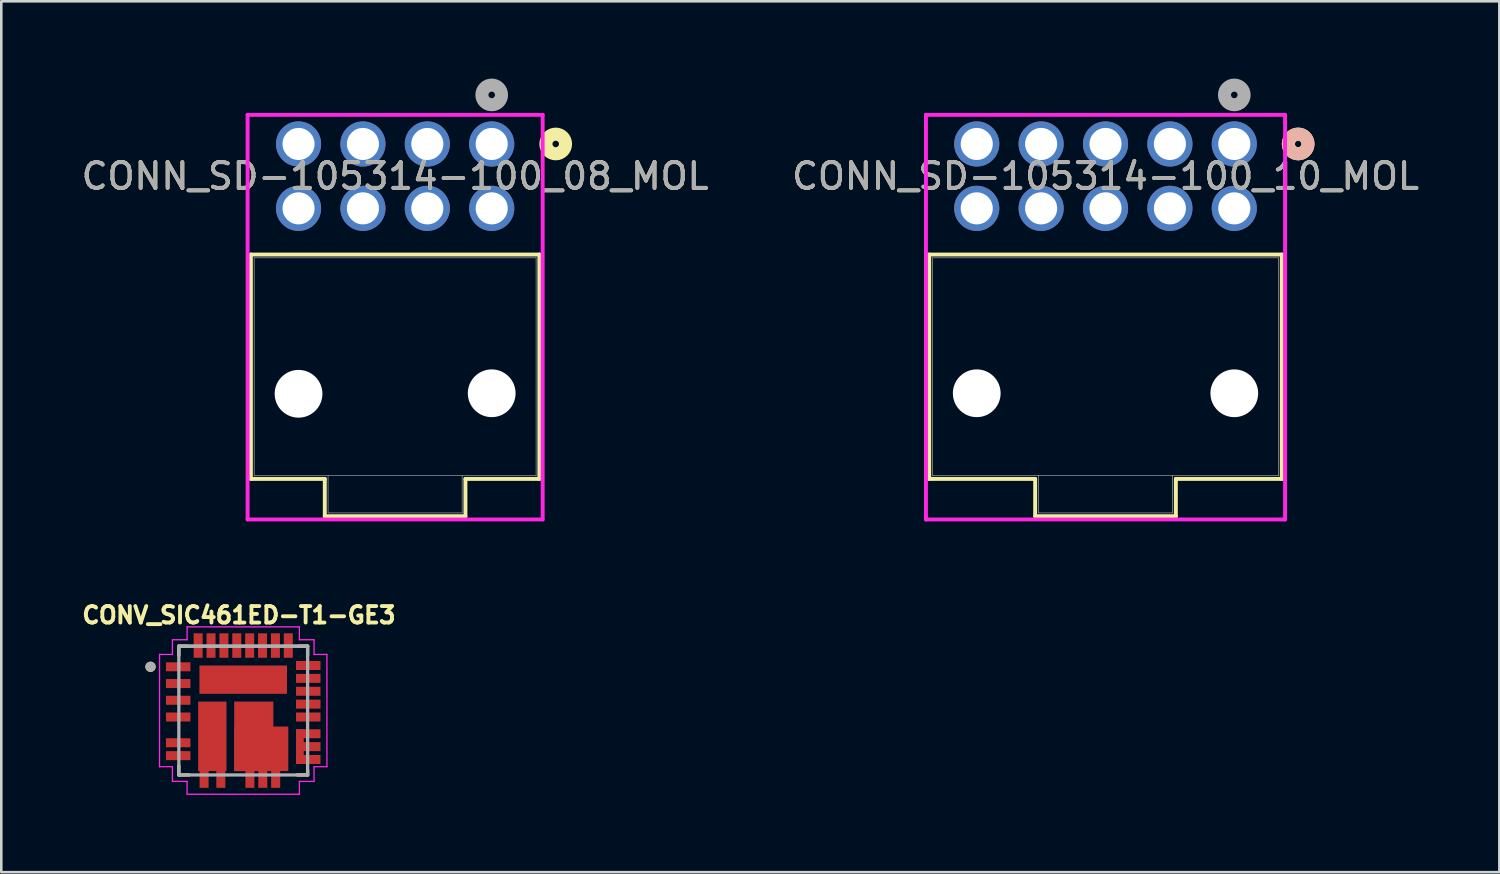
<source format=kicad_pcb>
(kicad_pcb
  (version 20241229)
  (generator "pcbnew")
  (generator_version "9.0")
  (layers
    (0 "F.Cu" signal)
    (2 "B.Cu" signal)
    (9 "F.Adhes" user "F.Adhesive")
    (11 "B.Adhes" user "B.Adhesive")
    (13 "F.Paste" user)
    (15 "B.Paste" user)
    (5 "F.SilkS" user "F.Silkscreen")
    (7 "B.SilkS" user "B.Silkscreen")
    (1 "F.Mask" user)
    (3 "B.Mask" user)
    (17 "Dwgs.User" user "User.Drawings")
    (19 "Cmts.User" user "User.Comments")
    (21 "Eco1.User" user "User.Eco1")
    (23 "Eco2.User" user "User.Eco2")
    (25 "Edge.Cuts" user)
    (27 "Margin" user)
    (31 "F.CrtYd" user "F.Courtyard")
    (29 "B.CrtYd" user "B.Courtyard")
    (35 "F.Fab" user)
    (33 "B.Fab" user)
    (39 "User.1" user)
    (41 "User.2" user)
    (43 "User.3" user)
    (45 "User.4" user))
  (footprint "CONV_SIC461ED-T1-GE3"
    (layer "F.Cu")
    (at 6.394 24.54)
    (property "Reference" "CONV_SIC461ED-T1-GE3" (at -0.168 -3.706 0) (layer "F.SilkS") (effects (font (size 0.64 0.64) (thickness 0.15))))
    (attr smd)
    (fp_line (start -2.5 -2.5) (end -2.15 -2.5) (stroke (width 0.127) (type solid)) (layer "F.SilkS"))
    (fp_line (start -2.5 -2.15) (end -2.5 -2.5) (stroke (width 0.127) (type solid)) (layer "F.SilkS"))
    (fp_line (start -2.5 2.5) (end -2.5 2.15) (stroke (width 0.127) (type solid)) (layer "F.SilkS"))
    (fp_line (start -2.1 2.5) (end -2.5 2.5) (stroke (width 0.127) (type solid)) (layer "F.SilkS"))
    (fp_line (start 2.15 -2.5) (end 2.5 -2.5) (stroke (width 0.127) (type solid)) (layer "F.SilkS"))
    (fp_line (start 2.5 -2.5) (end 2.5 -2.15) (stroke (width 0.127) (type solid)) (layer "F.SilkS"))
    (fp_line (start 2.5 2.3) (end 2.5 2.5) (stroke (width 0.127) (type solid)) (layer "F.SilkS"))
    (fp_line (start 2.5 2.5) (end 2.1 2.5) (stroke (width 0.127) (type solid)) (layer "F.SilkS"))
    (fp_circle (center -3.6 -1.7) (end -3.5 -1.7) (stroke (width 0.2) (type solid)) (fill no) (layer "F.SilkS"))
    (fp_line (start -3.25 -2.18) (end -2.75 -2.18) (stroke (width 0.05) (type solid)) (layer "F.CrtYd"))
    (fp_line (start -3.25 2.18) (end -3.25 -2.18) (stroke (width 0.05) (type solid)) (layer "F.CrtYd"))
    (fp_line (start -2.75 -2.75) (end -2.18 -2.75) (stroke (width 0.05) (type solid)) (layer "F.CrtYd"))
    (fp_line (start -2.75 -2.18) (end -2.75 -2.75) (stroke (width 0.05) (type solid)) (layer "F.CrtYd"))
    (fp_line (start -2.75 2.18) (end -3.25 2.18) (stroke (width 0.05) (type solid)) (layer "F.CrtYd"))
    (fp_line (start -2.75 2.75) (end -2.75 2.18) (stroke (width 0.05) (type solid)) (layer "F.CrtYd"))
    (fp_line (start -2.18 -3.25) (end 2.18 -3.25) (stroke (width 0.05) (type solid)) (layer "F.CrtYd"))
    (fp_line (start -2.18 -2.75) (end -2.18 -3.25) (stroke (width 0.05) (type solid)) (layer "F.CrtYd"))
    (fp_line (start -2.18 2.75) (end -2.75 2.75) (stroke (width 0.05) (type solid)) (layer "F.CrtYd"))
    (fp_line (start -2.18 3.25) (end -2.18 2.75) (stroke (width 0.05) (type solid)) (layer "F.CrtYd"))
    (fp_line (start 2.18 -3.25) (end 2.18 -2.75) (stroke (width 0.05) (type solid)) (layer "F.CrtYd"))
    (fp_line (start 2.18 -2.75) (end 2.75 -2.75) (stroke (width 0.05) (type solid)) (layer "F.CrtYd"))
    (fp_line (start 2.18 2.75) (end 2.18 3.25) (stroke (width 0.05) (type solid)) (layer "F.CrtYd"))
    (fp_line (start 2.18 3.25) (end -2.18 3.25) (stroke (width 0.05) (type solid)) (layer "F.CrtYd"))
    (fp_line (start 2.75 -2.75) (end 2.75 -2.18) (stroke (width 0.05) (type solid)) (layer "F.CrtYd"))
    (fp_line (start 2.75 -2.18) (end 3.25 -2.18) (stroke (width 0.05) (type solid)) (layer "F.CrtYd"))
    (fp_line (start 2.75 2.18) (end 2.75 2.75) (stroke (width 0.05) (type solid)) (layer "F.CrtYd"))
    (fp_line (start 2.75 2.75) (end 2.18 2.75) (stroke (width 0.05) (type solid)) (layer "F.CrtYd"))
    (fp_line (start 3.25 -2.18) (end 3.25 2.18) (stroke (width 0.05) (type solid)) (layer "F.CrtYd"))
    (fp_line (start 3.25 2.18) (end 2.75 2.18) (stroke (width 0.05) (type solid)) (layer "F.CrtYd"))
    (fp_line (start -2.5 -2.5) (end 2.5 -2.5) (stroke (width 0.127) (type solid)) (layer "F.Fab"))
    (fp_line (start -2.5 -2.5) (end 2.5 -2.5) (stroke (width 0.127) (type solid)) (layer "F.Fab"))
    (fp_line (start -2.5 2.5) (end -2.5 -2.5) (stroke (width 0.127) (type solid)) (layer "F.Fab"))
    (fp_line (start 2.5 -2.5) (end 2.5 2.5) (stroke (width 0.127) (type solid)) (layer "F.Fab"))
    (fp_line (start 2.5 2.5) (end -2.5 2.5) (stroke (width 0.127) (type solid)) (layer "F.Fab"))
    (fp_circle (center -3.6 -1.7) (end -3.5 -1.7) (stroke (width 0.2) (type solid)) (fill no) (layer "F.Fab"))
    (pad "1" smd rect (at -2.525 -1.7) (size 0.95 0.35) (layers "F.Cu" "F.Mask" "F.Paste"))
    (pad "2" smd rect (at -2.525 -1.05) (size 0.95 0.35) (layers "F.Cu" "F.Mask" "F.Paste"))
    (pad "3" smd rect (at -2.525 -0.4) (size 0.95 0.35) (layers "F.Cu" "F.Mask" "F.Paste"))
    (pad "4" smd rect (at -2.525 0.25) (size 0.95 0.35) (layers "F.Cu" "F.Mask" "F.Paste"))
    (pad "5" smd rect (at -2.525 1.25) (size 0.95 0.35) (layers "F.Cu" "F.Mask" "F.Paste"))
    (pad "6" smd rect (at -2.525 1.75) (size 0.95 0.35) (layers "F.Cu" "F.Mask" "F.Paste"))
    (pad "7" smd rect (at -1.52 2.525) (size 0.35 0.95) (layers "F.Cu" "F.Mask" "F.Paste"))
    (pad "8" smd rect (at -0.87 2.525) (size 0.35 0.95) (layers "F.Cu" "F.Mask" "F.Paste"))
    (pad "9" smd rect (at 0.26 2.525) (size 0.35 0.95) (layers "F.Cu" "F.Mask" "F.Paste"))
    (pad "10" smd rect (at 0.76 2.525) (size 0.35 0.95) (layers "F.Cu" "F.Mask" "F.Paste"))
    (pad "11" smd rect (at 1.26 2.525) (size 0.35 0.95) (layers "F.Cu" "F.Mask" "F.Paste"))
    (pad "12" smd rect (at 2.525 1.9) (size 0.95 0.35) (layers "F.Cu" "F.Mask" "F.Paste"))
    (pad "13" smd rect (at 2.525 1.4) (size 0.95 0.35) (layers "F.Cu" "F.Mask" "F.Paste"))
    (pad "14" smd rect (at 2.525 0.9) (size 0.95 0.35) (layers "F.Cu" "F.Mask" "F.Paste"))
    (pad "14.1" smd rect (at 2.2 1.4) (size 0.3 1.35) (layers "F.Cu" "F.Mask" "F.Paste"))
    (pad "15" smd rect (at 2.525 0.25) (size 0.95 0.35) (layers "F.Cu" "F.Mask" "F.Paste"))
    (pad "16" smd rect (at 2.525 -0.25) (size 0.95 0.35) (layers "F.Cu" "F.Mask" "F.Paste"))
    (pad "17" smd rect (at 2.525 -0.75) (size 0.95 0.35) (layers "F.Cu" "F.Mask" "F.Paste"))
    (pad "18" smd rect (at 2.525 -1.25) (size 0.95 0.35) (layers "F.Cu" "F.Mask" "F.Paste"))
    (pad "19" smd rect (at 2.525 -1.75) (size 0.95 0.35) (layers "F.Cu" "F.Mask" "F.Paste"))
    (pad "20" smd rect (at 1.75 -2.525) (size 0.35 0.95) (layers "F.Cu" "F.Mask" "F.Paste"))
    (pad "21" smd rect (at 1.25 -2.525) (size 0.35 0.95) (layers "F.Cu" "F.Mask" "F.Paste"))
    (pad "22" smd rect (at 0.75 -2.525) (size 0.35 0.95) (layers "F.Cu" "F.Mask" "F.Paste"))
    (pad "23" smd rect (at 0.25 -2.525) (size 0.35 0.95) (layers "F.Cu" "F.Mask" "F.Paste"))
    (pad "24" smd rect (at -0.25 -2.525) (size 0.35 0.95) (layers "F.Cu" "F.Mask" "F.Paste"))
    (pad "25" smd rect (at -0.75 -2.525) (size 0.35 0.95) (layers "F.Cu" "F.Mask" "F.Paste"))
    (pad "26" smd rect (at -1.25 -2.525) (size 0.35 0.95) (layers "F.Cu" "F.Mask" "F.Paste"))
    (pad "27" smd rect (at -1.75 -2.525) (size 0.35 0.95) (layers "F.Cu" "F.Mask" "F.Paste"))
    (pad "28" smd rect (at 0 -1.2) (size 3.4 1.1) (layers "F.Cu" "F.Mask" "F.Paste"))
    (pad "29" smd rect (at -1.2 1) (size 1.1 2.7) (layers "F.Cu" "F.Mask" "F.Paste"))
    (pad "30.1" smd rect (at 0.41 1) (size 1.52 2.7) (layers "F.Cu" "F.Mask" "F.Paste"))
    (pad "30.2" smd rect (at 0.7 1.485) (size 2.1 1.73) (layers "F.Cu" "F.Mask" "F.Paste")))
  (footprint "CONN_SD-105314-100_08_MOL"
    (layer "F.Cu")
    (at 16.042 2.54)
    (property "Reference" "CONN_SD-105314-100_08_MOL" (at -3.75 1.25 0) (unlocked yes) (layer "F.SilkS") (effects (font (size 1 1) (thickness 0.15))))
    (attr through_hole)
    (fp_line (start -9.351 4.293) (end -9.351 13.005) (stroke (width 0.152) (type solid)) (layer "F.SilkS"))
    (fp_line (start -9.351 13.005) (end -6.481 13.005) (stroke (width 0.152) (type solid)) (layer "F.SilkS"))
    (fp_line (start -6.481 13.005) (end -6.481 14.453) (stroke (width 0.152) (type solid)) (layer "F.SilkS"))
    (fp_line (start -6.481 14.453) (end -1.02 14.453) (stroke (width 0.152) (type solid)) (layer "F.SilkS"))
    (fp_line (start -1.02 13.005) (end 1.851 13.005) (stroke (width 0.152) (type solid)) (layer "F.SilkS"))
    (fp_line (start -1.02 14.453) (end -1.02 13.005) (stroke (width 0.152) (type solid)) (layer "F.SilkS"))
    (fp_line (start 1.851 4.293) (end -9.351 4.293) (stroke (width 0.152) (type solid)) (layer "F.SilkS"))
    (fp_line (start 1.851 13.005) (end 1.851 4.293) (stroke (width 0.152) (type solid)) (layer "F.SilkS"))
    (fp_circle (center 2.486 0) (end 2.867 0) (stroke (width 0.508) (type solid)) (fill no) (layer "F.SilkS"))
    (fp_line (start -9.478 -1.13) (end -9.478 14.58) (stroke (width 0.152) (type solid)) (layer "F.CrtYd"))
    (fp_line (start -9.478 14.58) (end 1.978 14.58) (stroke (width 0.152) (type solid)) (layer "F.CrtYd"))
    (fp_line (start 1.978 -1.13) (end -9.478 -1.13) (stroke (width 0.152) (type solid)) (layer "F.CrtYd"))
    (fp_line (start 1.978 14.58) (end 1.978 -1.13) (stroke (width 0.152) (type solid)) (layer "F.CrtYd"))
    (fp_line (start -9.224 4.42) (end -9.224 12.878) (stroke (width 0.025) (type solid)) (layer "F.Fab"))
    (fp_line (start -9.224 12.878) (end 1.724 12.878) (stroke (width 0.025) (type solid)) (layer "F.Fab"))
    (fp_line (start -6.354 12.878) (end -6.354 14.326) (stroke (width 0.025) (type solid)) (layer "F.Fab"))
    (fp_line (start -6.354 14.326) (end -1.147 14.326) (stroke (width 0.025) (type solid)) (layer "F.Fab"))
    (fp_line (start -1.147 14.326) (end -1.147 12.878) (stroke (width 0.025) (type solid)) (layer "F.Fab"))
    (fp_line (start 1.724 4.42) (end -9.224 4.42) (stroke (width 0.025) (type solid)) (layer "F.Fab"))
    (fp_line (start 1.724 12.878) (end 1.724 4.42) (stroke (width 0.025) (type solid)) (layer "F.Fab"))
    (fp_circle (center 0 -1.905) (end 0.381 -1.905) (stroke (width 0.508) (type solid)) (fill no) (layer "F.Fab"))
    (fp_text user "${REFERENCE}" (at -3.75 1.25 0) (unlocked yes) (layer "F.Fab") (effects (font (size 1 1) (thickness 0.15))))
    (pad "" np_thru_hole circle (at -7.5 9.7) (size 1.854 1.854) (drill 1.854) (layers "*.Cu" "*.Mask"))
    (pad "" np_thru_hole circle (at 0 9.68) (size 1.854 1.854) (drill 1.854) (layers "*.Cu" "*.Mask"))
    (pad "1" thru_hole circle (at 0 0) (size 1.753 1.753) (drill 1.245) (layers "*.Cu" "*.Mask"))
    (pad "2" thru_hole circle (at -2.5 0) (size 1.753 1.753) (drill 1.245) (layers "*.Cu" "*.Mask"))
    (pad "3" thru_hole circle (at -5 0) (size 1.753 1.753) (drill 1.245) (layers "*.Cu" "*.Mask"))
    (pad "4" thru_hole circle (at -7.5 0) (size 1.753 1.753) (drill 1.245) (layers "*.Cu" "*.Mask"))
    (pad "5" thru_hole circle (at 0 2.5) (size 1.753 1.753) (drill 1.245) (layers "*.Cu" "*.Mask"))
    (pad "6" thru_hole circle (at -2.5 2.5) (size 1.753 1.753) (drill 1.245) (layers "*.Cu" "*.Mask"))
    (pad "7" thru_hole circle (at -5 2.5) (size 1.753 1.753) (drill 1.245) (layers "*.Cu" "*.Mask"))
    (pad "8" thru_hole circle (at -7.5 2.5) (size 1.753 1.753) (drill 1.245) (layers "*.Cu" "*.Mask")))
  (footprint "CONN_SD-105314-100_10_MOL"
    (layer "F.Cu")
    (at 44.875 2.54)
    (property "Reference" "CONN_SD-105314-100_10_MOL" (at -5 1.25 0) (unlocked yes) (layer "F.SilkS") (effects (font (size 1 1) (thickness 0.15))))
    (attr through_hole)
    (fp_line (start -11.845 4.293) (end -11.845 13.005) (stroke (width 0.152) (type solid)) (layer "F.SilkS"))
    (fp_line (start -11.845 13.005) (end -7.731 13.005) (stroke (width 0.152) (type solid)) (layer "F.SilkS"))
    (fp_line (start -7.731 13.005) (end -7.731 14.453) (stroke (width 0.152) (type solid)) (layer "F.SilkS"))
    (fp_line (start -7.731 14.453) (end -2.269 14.453) (stroke (width 0.152) (type solid)) (layer "F.SilkS"))
    (fp_line (start -2.269 13.005) (end 1.845 13.005) (stroke (width 0.152) (type solid)) (layer "F.SilkS"))
    (fp_line (start -2.269 14.453) (end -2.269 13.005) (stroke (width 0.152) (type solid)) (layer "F.SilkS"))
    (fp_line (start 1.845 4.293) (end -11.845 4.293) (stroke (width 0.152) (type solid)) (layer "F.SilkS"))
    (fp_line (start 1.845 13.005) (end 1.845 4.293) (stroke (width 0.152) (type solid)) (layer "F.SilkS"))
    (fp_circle (center 2.48 0) (end 2.861 0) (stroke (width 0.508) (type solid)) (fill no) (layer "F.SilkS"))
    (fp_circle (center 2.48 0) (end 2.861 0) (stroke (width 0.508) (type solid)) (fill no) (layer "B.SilkS"))
    (fp_line (start -11.972 -1.13) (end -11.972 14.58) (stroke (width 0.152) (type solid)) (layer "F.CrtYd"))
    (fp_line (start -11.972 14.58) (end 1.972 14.58) (stroke (width 0.152) (type solid)) (layer "F.CrtYd"))
    (fp_line (start 1.972 -1.13) (end -11.972 -1.13) (stroke (width 0.152) (type solid)) (layer "F.CrtYd"))
    (fp_line (start 1.972 14.58) (end 1.972 -1.13) (stroke (width 0.152) (type solid)) (layer "F.CrtYd"))
    (fp_line (start -11.718 4.42) (end -11.718 12.878) (stroke (width 0.025) (type solid)) (layer "F.Fab"))
    (fp_line (start -11.718 12.878) (end 1.718 12.878) (stroke (width 0.025) (type solid)) (layer "F.Fab"))
    (fp_line (start -7.604 12.878) (end -7.604 14.326) (stroke (width 0.025) (type solid)) (layer "F.Fab"))
    (fp_line (start -7.604 14.326) (end -2.397 14.326) (stroke (width 0.025) (type solid)) (layer "F.Fab"))
    (fp_line (start -2.397 14.326) (end -2.397 12.878) (stroke (width 0.025) (type solid)) (layer "F.Fab"))
    (fp_line (start 1.718 4.42) (end -11.718 4.42) (stroke (width 0.025) (type solid)) (layer "F.Fab"))
    (fp_line (start 1.718 12.878) (end 1.718 4.42) (stroke (width 0.025) (type solid)) (layer "F.Fab"))
    (fp_circle (center 0 -1.905) (end 0.381 -1.905) (stroke (width 0.508) (type solid)) (fill no) (layer "F.Fab"))
    (fp_text user "${REFERENCE}" (at -5 1.25 0) (unlocked yes) (layer "F.Fab") (effects (font (size 1 1) (thickness 0.15))))
    (pad "" np_thru_hole circle (at -10 9.68) (size 1.854 1.854) (drill 1.854) (layers "*.Cu" "*.Mask"))
    (pad "" np_thru_hole circle (at 0 9.68) (size 1.854 1.854) (drill 1.854) (layers "*.Cu" "*.Mask"))
    (pad "1" thru_hole circle (at 0 0) (size 1.753 1.753) (drill 1.245) (layers "*.Cu" "*.Mask"))
    (pad "2" thru_hole circle (at -2.5 0) (size 1.753 1.753) (drill 1.245) (layers "*.Cu" "*.Mask"))
    (pad "3" thru_hole circle (at -5 0) (size 1.753 1.753) (drill 1.245) (layers "*.Cu" "*.Mask"))
    (pad "4" thru_hole circle (at -7.5 0) (size 1.753 1.753) (drill 1.245) (layers "*.Cu" "*.Mask"))
    (pad "5" thru_hole circle (at -10 0) (size 1.753 1.753) (drill 1.245) (layers "*.Cu" "*.Mask"))
    (pad "6" thru_hole circle (at 0 2.5) (size 1.753 1.753) (drill 1.245) (layers "*.Cu" "*.Mask"))
    (pad "7" thru_hole circle (at -2.5 2.5) (size 1.753 1.753) (drill 1.245) (layers "*.Cu" "*.Mask"))
    (pad "8" thru_hole circle (at -5 2.5) (size 1.753 1.753) (drill 1.245) (layers "*.Cu" "*.Mask"))
    (pad "9" thru_hole circle (at -7.5 2.5) (size 1.753 1.753) (drill 1.245) (layers "*.Cu" "*.Mask"))
    (pad "10" thru_hole circle (at -10 2.5) (size 1.753 1.753) (drill 1.245) (layers "*.Cu" "*.Mask")))
  (gr_rect
    (start -3 -3)
    (end 55.167 30.815)
    (stroke (width 0.1) (type default))
    (fill no)
    (layer "Edge.Cuts")))
</source>
